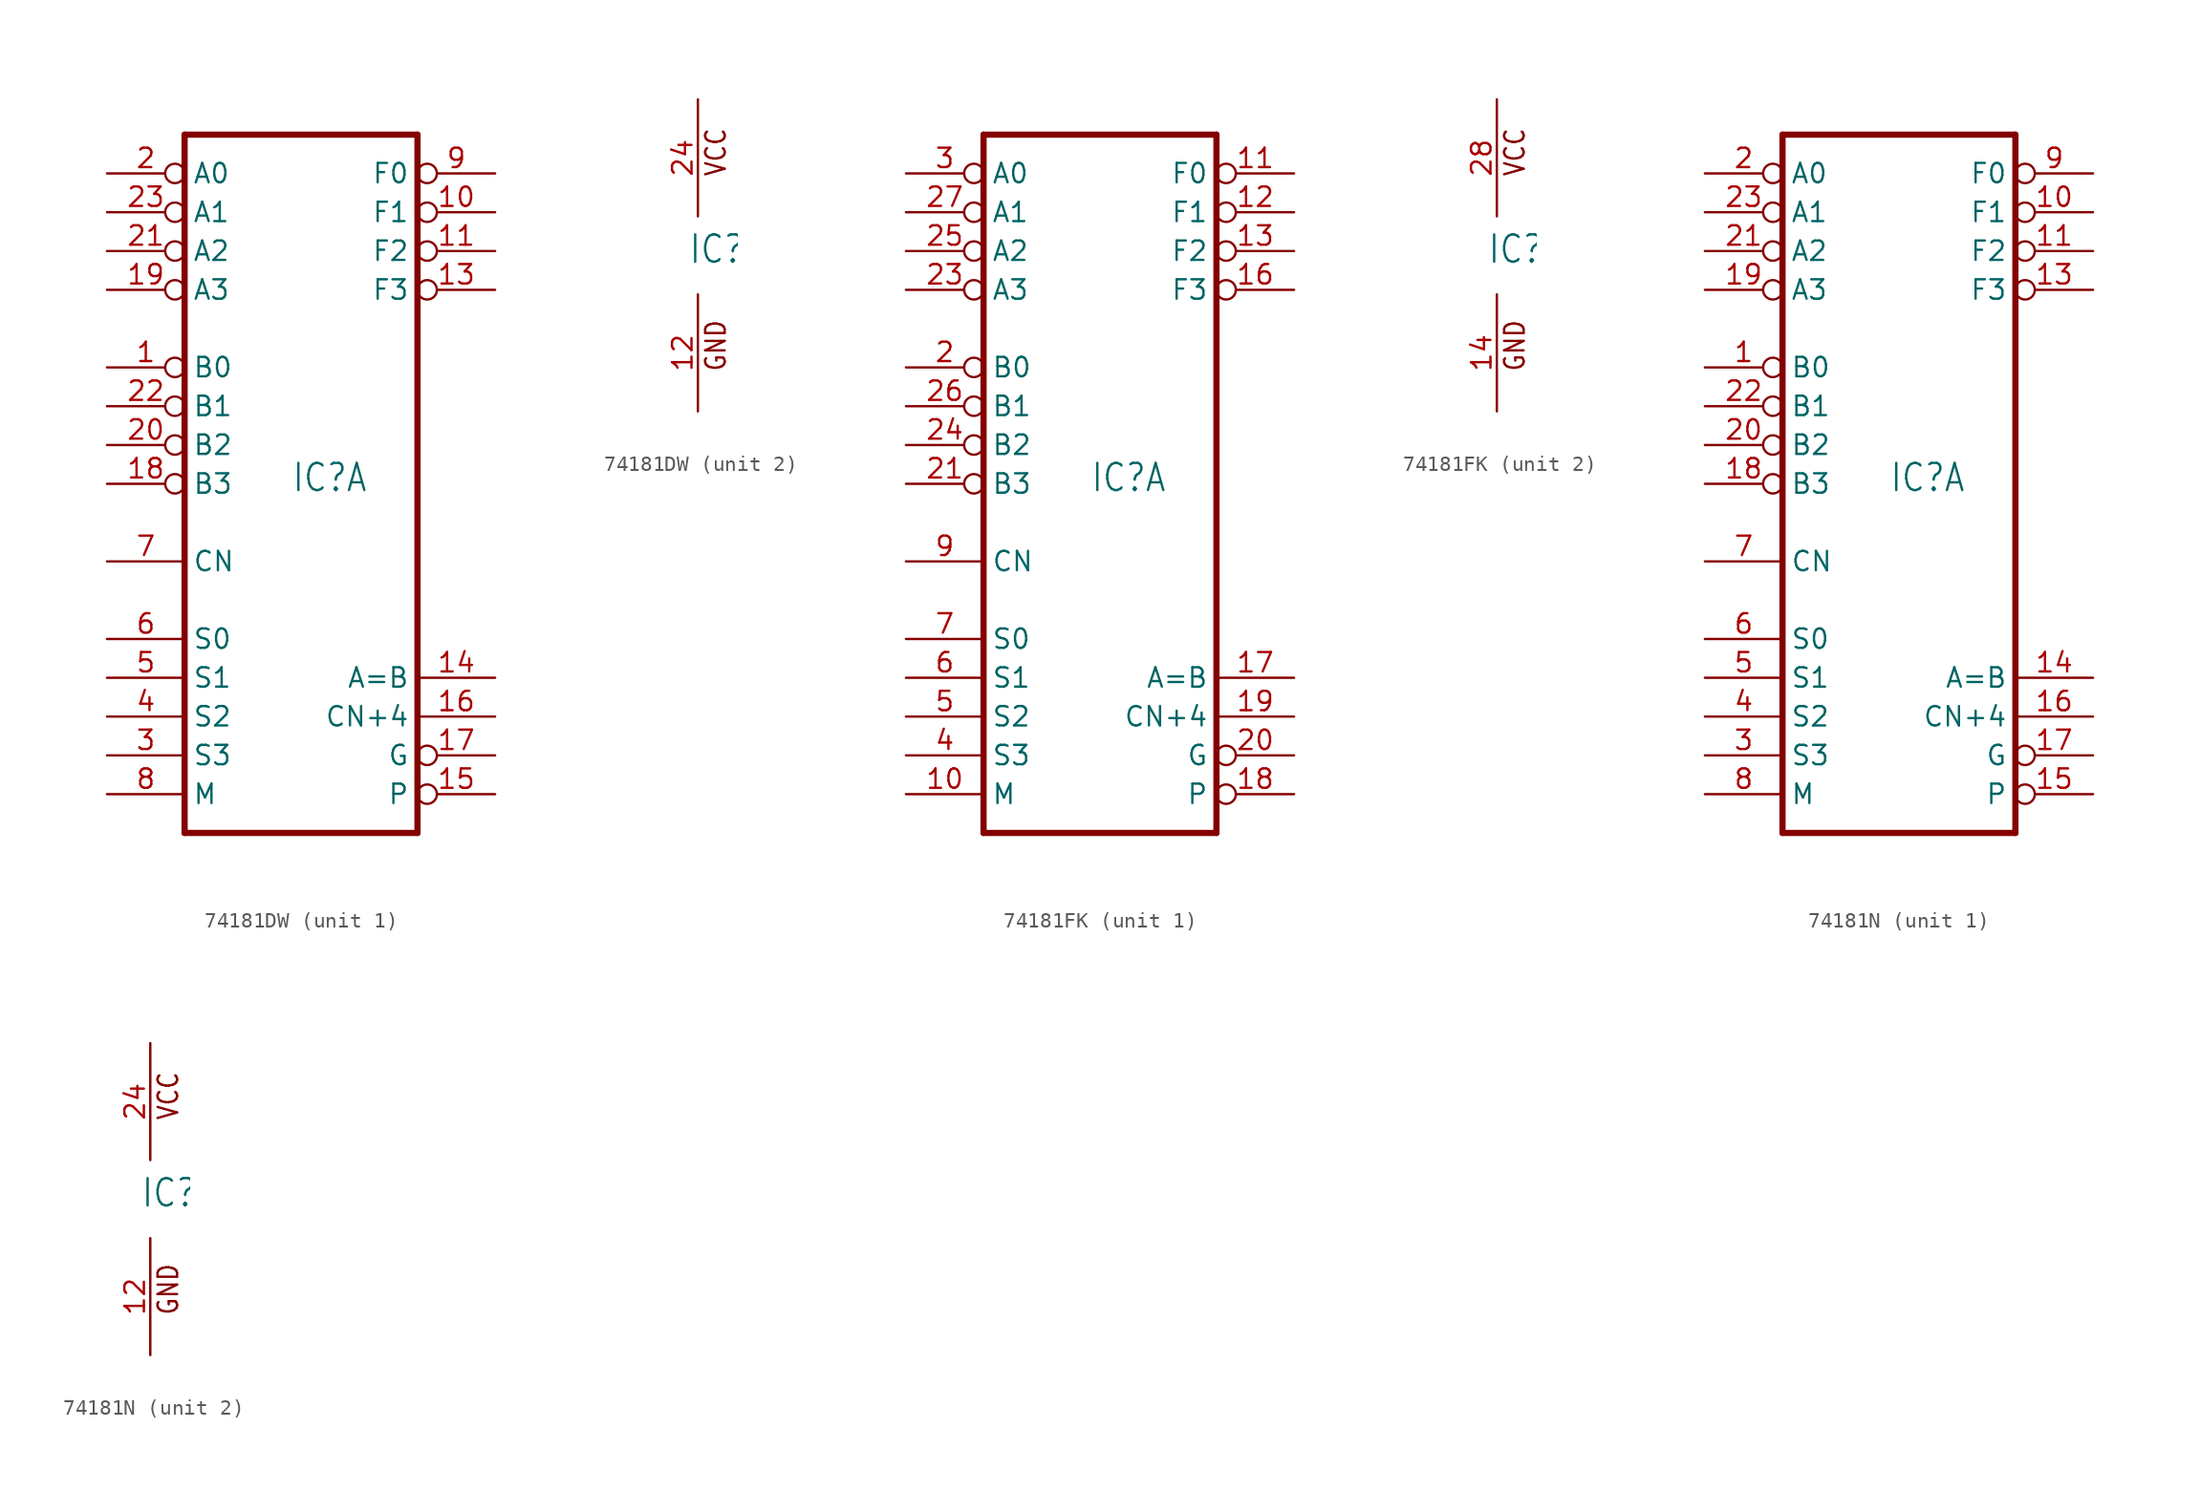
<source format=kicad_sym>
(kicad_symbol_lib
  (version 20220914)
  (generator kicad_symbol_editor)
  (symbol "74181DW"
    (property "Reference" "IC"
      (at -0.635 -0.635 0)
      (effects (font (size 1.778 1.511)) (justify left bottom)))
    (property "ki_locked" ""
      (at 0 0 0)
      (effects (font (size 1.27 1.27))))
    (symbol "74181DW_1_0"
      (polyline (pts (xy -7.62 -22.86) (xy 7.62 -22.86)) (stroke (width 0.406) (type solid)) (fill (type none)))
      (polyline (pts (xy -7.62 22.86) (xy -7.62 -22.86)) (stroke (width 0.406) (type solid)) (fill (type none)))
      (polyline (pts (xy 7.62 -22.86) (xy 7.62 22.86)) (stroke (width 0.406) (type solid)) (fill (type none)))
      (polyline (pts (xy 7.62 22.86) (xy -7.62 22.86)) (stroke (width 0.406) (type solid)) (fill (type none)))
      (pin input inverted (at -12.7 7.62 0) (length 5.08) (name "B0" (effects (font (size 1.27 1.27)))) (number "1" (effects (font (size 1.27 1.27)))))
      (pin output inverted (at 12.7 17.78 180) (length 5.08) (name "F1" (effects (font (size 1.27 1.27)))) (number "10" (effects (font (size 1.27 1.27)))))
      (pin output inverted (at 12.7 15.24 180) (length 5.08) (name "F2" (effects (font (size 1.27 1.27)))) (number "11" (effects (font (size 1.27 1.27)))))
      (pin output inverted (at 12.7 12.7 180) (length 5.08) (name "F3" (effects (font (size 1.27 1.27)))) (number "13" (effects (font (size 1.27 1.27)))))
      (pin output line (at 12.7 -12.7 180) (length 5.08) (name "A=B" (effects (font (size 1.27 1.27)))) (number "14" (effects (font (size 1.27 1.27)))))
      (pin output inverted (at 12.7 -20.32 180) (length 5.08) (name "P" (effects (font (size 1.27 1.27)))) (number "15" (effects (font (size 1.27 1.27)))))
      (pin output line (at 12.7 -15.24 180) (length 5.08) (name "CN+4" (effects (font (size 1.27 1.27)))) (number "16" (effects (font (size 1.27 1.27)))))
      (pin output inverted (at 12.7 -17.78 180) (length 5.08) (name "G" (effects (font (size 1.27 1.27)))) (number "17" (effects (font (size 1.27 1.27)))))
      (pin input inverted (at -12.7 0 0) (length 5.08) (name "B3" (effects (font (size 1.27 1.27)))) (number "18" (effects (font (size 1.27 1.27)))))
      (pin input inverted (at -12.7 12.7 0) (length 5.08) (name "A3" (effects (font (size 1.27 1.27)))) (number "19" (effects (font (size 1.27 1.27)))))
      (pin input inverted (at -12.7 20.32 0) (length 5.08) (name "A0" (effects (font (size 1.27 1.27)))) (number "2" (effects (font (size 1.27 1.27)))))
      (pin input inverted (at -12.7 2.54 0) (length 5.08) (name "B2" (effects (font (size 1.27 1.27)))) (number "20" (effects (font (size 1.27 1.27)))))
      (pin input inverted (at -12.7 15.24 0) (length 5.08) (name "A2" (effects (font (size 1.27 1.27)))) (number "21" (effects (font (size 1.27 1.27)))))
      (pin input inverted (at -12.7 5.08 0) (length 5.08) (name "B1" (effects (font (size 1.27 1.27)))) (number "22" (effects (font (size 1.27 1.27)))))
      (pin input inverted (at -12.7 17.78 0) (length 5.08) (name "A1" (effects (font (size 1.27 1.27)))) (number "23" (effects (font (size 1.27 1.27)))))
      (pin input line (at -12.7 -17.78 0) (length 5.08) (name "S3" (effects (font (size 1.27 1.27)))) (number "3" (effects (font (size 1.27 1.27)))))
      (pin input line (at -12.7 -15.24 0) (length 5.08) (name "S2" (effects (font (size 1.27 1.27)))) (number "4" (effects (font (size 1.27 1.27)))))
      (pin input line (at -12.7 -12.7 0) (length 5.08) (name "S1" (effects (font (size 1.27 1.27)))) (number "5" (effects (font (size 1.27 1.27)))))
      (pin input line (at -12.7 -10.16 0) (length 5.08) (name "S0" (effects (font (size 1.27 1.27)))) (number "6" (effects (font (size 1.27 1.27)))))
      (pin input line (at -12.7 -5.08 0) (length 5.08) (name "CN" (effects (font (size 1.27 1.27)))) (number "7" (effects (font (size 1.27 1.27)))))
      (pin input line (at -12.7 -20.32 0) (length 5.08) (name "M" (effects (font (size 1.27 1.27)))) (number "8" (effects (font (size 1.27 1.27)))))
      (pin output inverted (at 12.7 20.32 180) (length 5.08) (name "F0" (effects (font (size 1.27 1.27)))) (number "9" (effects (font (size 1.27 1.27))))))
    (symbol "74181DW_2_0"
      (text "GND" (at 1.905 -7.62 900) (effects (font (size 1.27 1.079)) (justify left bottom)))
      (text "VCC" (at 1.905 5.08 900) (effects (font (size 1.27 1.079)) (justify left bottom)))
      (pin power_in line (at 0 -10.16 90) (length 7.62) (name "GND" (effects (font (size 0 0)))) (number "12" (effects (font (size 1.27 1.27)))))
      (pin power_in line (at 0 10.16 270) (length 7.62) (name "VCC" (effects (font (size 0 0)))) (number "24" (effects (font (size 1.27 1.27)))))))
  (symbol "74181FK"
    (property "Reference" "IC"
      (at -0.635 -0.635 0)
      (effects (font (size 1.778 1.511)) (justify left bottom)))
    (property "ki_locked" ""
      (at 0 0 0)
      (effects (font (size 1.27 1.27))))
    (symbol "74181FK_1_0"
      (polyline (pts (xy -7.62 -22.86) (xy 7.62 -22.86)) (stroke (width 0.406) (type solid)) (fill (type none)))
      (polyline (pts (xy -7.62 22.86) (xy -7.62 -22.86)) (stroke (width 0.406) (type solid)) (fill (type none)))
      (polyline (pts (xy 7.62 -22.86) (xy 7.62 22.86)) (stroke (width 0.406) (type solid)) (fill (type none)))
      (polyline (pts (xy 7.62 22.86) (xy -7.62 22.86)) (stroke (width 0.406) (type solid)) (fill (type none)))
      (pin input line (at -12.7 -20.32 0) (length 5.08) (name "M" (effects (font (size 1.27 1.27)))) (number "10" (effects (font (size 1.27 1.27)))))
      (pin output inverted (at 12.7 20.32 180) (length 5.08) (name "F0" (effects (font (size 1.27 1.27)))) (number "11" (effects (font (size 1.27 1.27)))))
      (pin output inverted (at 12.7 17.78 180) (length 5.08) (name "F1" (effects (font (size 1.27 1.27)))) (number "12" (effects (font (size 1.27 1.27)))))
      (pin output inverted (at 12.7 15.24 180) (length 5.08) (name "F2" (effects (font (size 1.27 1.27)))) (number "13" (effects (font (size 1.27 1.27)))))
      (pin output inverted (at 12.7 12.7 180) (length 5.08) (name "F3" (effects (font (size 1.27 1.27)))) (number "16" (effects (font (size 1.27 1.27)))))
      (pin output line (at 12.7 -12.7 180) (length 5.08) (name "A=B" (effects (font (size 1.27 1.27)))) (number "17" (effects (font (size 1.27 1.27)))))
      (pin output inverted (at 12.7 -20.32 180) (length 5.08) (name "P" (effects (font (size 1.27 1.27)))) (number "18" (effects (font (size 1.27 1.27)))))
      (pin output line (at 12.7 -15.24 180) (length 5.08) (name "CN+4" (effects (font (size 1.27 1.27)))) (number "19" (effects (font (size 1.27 1.27)))))
      (pin input inverted (at -12.7 7.62 0) (length 5.08) (name "B0" (effects (font (size 1.27 1.27)))) (number "2" (effects (font (size 1.27 1.27)))))
      (pin output inverted (at 12.7 -17.78 180) (length 5.08) (name "G" (effects (font (size 1.27 1.27)))) (number "20" (effects (font (size 1.27 1.27)))))
      (pin input inverted (at -12.7 0 0) (length 5.08) (name "B3" (effects (font (size 1.27 1.27)))) (number "21" (effects (font (size 1.27 1.27)))))
      (pin input inverted (at -12.7 12.7 0) (length 5.08) (name "A3" (effects (font (size 1.27 1.27)))) (number "23" (effects (font (size 1.27 1.27)))))
      (pin input inverted (at -12.7 2.54 0) (length 5.08) (name "B2" (effects (font (size 1.27 1.27)))) (number "24" (effects (font (size 1.27 1.27)))))
      (pin input inverted (at -12.7 15.24 0) (length 5.08) (name "A2" (effects (font (size 1.27 1.27)))) (number "25" (effects (font (size 1.27 1.27)))))
      (pin input inverted (at -12.7 5.08 0) (length 5.08) (name "B1" (effects (font (size 1.27 1.27)))) (number "26" (effects (font (size 1.27 1.27)))))
      (pin input inverted (at -12.7 17.78 0) (length 5.08) (name "A1" (effects (font (size 1.27 1.27)))) (number "27" (effects (font (size 1.27 1.27)))))
      (pin input inverted (at -12.7 20.32 0) (length 5.08) (name "A0" (effects (font (size 1.27 1.27)))) (number "3" (effects (font (size 1.27 1.27)))))
      (pin input line (at -12.7 -17.78 0) (length 5.08) (name "S3" (effects (font (size 1.27 1.27)))) (number "4" (effects (font (size 1.27 1.27)))))
      (pin input line (at -12.7 -15.24 0) (length 5.08) (name "S2" (effects (font (size 1.27 1.27)))) (number "5" (effects (font (size 1.27 1.27)))))
      (pin input line (at -12.7 -12.7 0) (length 5.08) (name "S1" (effects (font (size 1.27 1.27)))) (number "6" (effects (font (size 1.27 1.27)))))
      (pin input line (at -12.7 -10.16 0) (length 5.08) (name "S0" (effects (font (size 1.27 1.27)))) (number "7" (effects (font (size 1.27 1.27)))))
      (pin input line (at -12.7 -5.08 0) (length 5.08) (name "CN" (effects (font (size 1.27 1.27)))) (number "9" (effects (font (size 1.27 1.27))))))
    (symbol "74181FK_2_0"
      (text "GND" (at 1.905 -7.62 900) (effects (font (size 1.27 1.079)) (justify left bottom)))
      (text "VCC" (at 1.905 5.08 900) (effects (font (size 1.27 1.079)) (justify left bottom)))
      (pin power_in line (at 0 -10.16 90) (length 7.62) (name "GND" (effects (font (size 0 0)))) (number "14" (effects (font (size 1.27 1.27)))))
      (pin power_in line (at 0 10.16 270) (length 7.62) (name "VCC" (effects (font (size 0 0)))) (number "28" (effects (font (size 1.27 1.27)))))))
  (symbol "74181N"
    (property "Reference" "IC"
      (at -0.635 -0.635 0)
      (effects (font (size 1.778 1.511)) (justify left bottom)))
    (property "ki_locked" ""
      (at 0 0 0)
      (effects (font (size 1.27 1.27))))
    (symbol "74181N_1_0"
      (polyline (pts (xy -7.62 -22.86) (xy 7.62 -22.86)) (stroke (width 0.406) (type solid)) (fill (type none)))
      (polyline (pts (xy -7.62 22.86) (xy -7.62 -22.86)) (stroke (width 0.406) (type solid)) (fill (type none)))
      (polyline (pts (xy 7.62 -22.86) (xy 7.62 22.86)) (stroke (width 0.406) (type solid)) (fill (type none)))
      (polyline (pts (xy 7.62 22.86) (xy -7.62 22.86)) (stroke (width 0.406) (type solid)) (fill (type none)))
      (pin input inverted (at -12.7 7.62 0) (length 5.08) (name "B0" (effects (font (size 1.27 1.27)))) (number "1" (effects (font (size 1.27 1.27)))))
      (pin output inverted (at 12.7 17.78 180) (length 5.08) (name "F1" (effects (font (size 1.27 1.27)))) (number "10" (effects (font (size 1.27 1.27)))))
      (pin output inverted (at 12.7 15.24 180) (length 5.08) (name "F2" (effects (font (size 1.27 1.27)))) (number "11" (effects (font (size 1.27 1.27)))))
      (pin output inverted (at 12.7 12.7 180) (length 5.08) (name "F3" (effects (font (size 1.27 1.27)))) (number "13" (effects (font (size 1.27 1.27)))))
      (pin output line (at 12.7 -12.7 180) (length 5.08) (name "A=B" (effects (font (size 1.27 1.27)))) (number "14" (effects (font (size 1.27 1.27)))))
      (pin output inverted (at 12.7 -20.32 180) (length 5.08) (name "P" (effects (font (size 1.27 1.27)))) (number "15" (effects (font (size 1.27 1.27)))))
      (pin output line (at 12.7 -15.24 180) (length 5.08) (name "CN+4" (effects (font (size 1.27 1.27)))) (number "16" (effects (font (size 1.27 1.27)))))
      (pin output inverted (at 12.7 -17.78 180) (length 5.08) (name "G" (effects (font (size 1.27 1.27)))) (number "17" (effects (font (size 1.27 1.27)))))
      (pin input inverted (at -12.7 0 0) (length 5.08) (name "B3" (effects (font (size 1.27 1.27)))) (number "18" (effects (font (size 1.27 1.27)))))
      (pin input inverted (at -12.7 12.7 0) (length 5.08) (name "A3" (effects (font (size 1.27 1.27)))) (number "19" (effects (font (size 1.27 1.27)))))
      (pin input inverted (at -12.7 20.32 0) (length 5.08) (name "A0" (effects (font (size 1.27 1.27)))) (number "2" (effects (font (size 1.27 1.27)))))
      (pin input inverted (at -12.7 2.54 0) (length 5.08) (name "B2" (effects (font (size 1.27 1.27)))) (number "20" (effects (font (size 1.27 1.27)))))
      (pin input inverted (at -12.7 15.24 0) (length 5.08) (name "A2" (effects (font (size 1.27 1.27)))) (number "21" (effects (font (size 1.27 1.27)))))
      (pin input inverted (at -12.7 5.08 0) (length 5.08) (name "B1" (effects (font (size 1.27 1.27)))) (number "22" (effects (font (size 1.27 1.27)))))
      (pin input inverted (at -12.7 17.78 0) (length 5.08) (name "A1" (effects (font (size 1.27 1.27)))) (number "23" (effects (font (size 1.27 1.27)))))
      (pin input line (at -12.7 -17.78 0) (length 5.08) (name "S3" (effects (font (size 1.27 1.27)))) (number "3" (effects (font (size 1.27 1.27)))))
      (pin input line (at -12.7 -15.24 0) (length 5.08) (name "S2" (effects (font (size 1.27 1.27)))) (number "4" (effects (font (size 1.27 1.27)))))
      (pin input line (at -12.7 -12.7 0) (length 5.08) (name "S1" (effects (font (size 1.27 1.27)))) (number "5" (effects (font (size 1.27 1.27)))))
      (pin input line (at -12.7 -10.16 0) (length 5.08) (name "S0" (effects (font (size 1.27 1.27)))) (number "6" (effects (font (size 1.27 1.27)))))
      (pin input line (at -12.7 -5.08 0) (length 5.08) (name "CN" (effects (font (size 1.27 1.27)))) (number "7" (effects (font (size 1.27 1.27)))))
      (pin input line (at -12.7 -20.32 0) (length 5.08) (name "M" (effects (font (size 1.27 1.27)))) (number "8" (effects (font (size 1.27 1.27)))))
      (pin output inverted (at 12.7 20.32 180) (length 5.08) (name "F0" (effects (font (size 1.27 1.27)))) (number "9" (effects (font (size 1.27 1.27))))))
    (symbol "74181N_2_0"
      (text "GND" (at 1.905 -7.62 900) (effects (font (size 1.27 1.079)) (justify left bottom)))
      (text "VCC" (at 1.905 5.08 900) (effects (font (size 1.27 1.079)) (justify left bottom)))
      (pin power_in line (at 0 -10.16 90) (length 7.62) (name "GND" (effects (font (size 0 0)))) (number "12" (effects (font (size 1.27 1.27)))))
      (pin power_in line (at 0 10.16 270) (length 7.62) (name "VCC" (effects (font (size 0 0)))) (number "24" (effects (font (size 1.27 1.27))))))))
</source>
